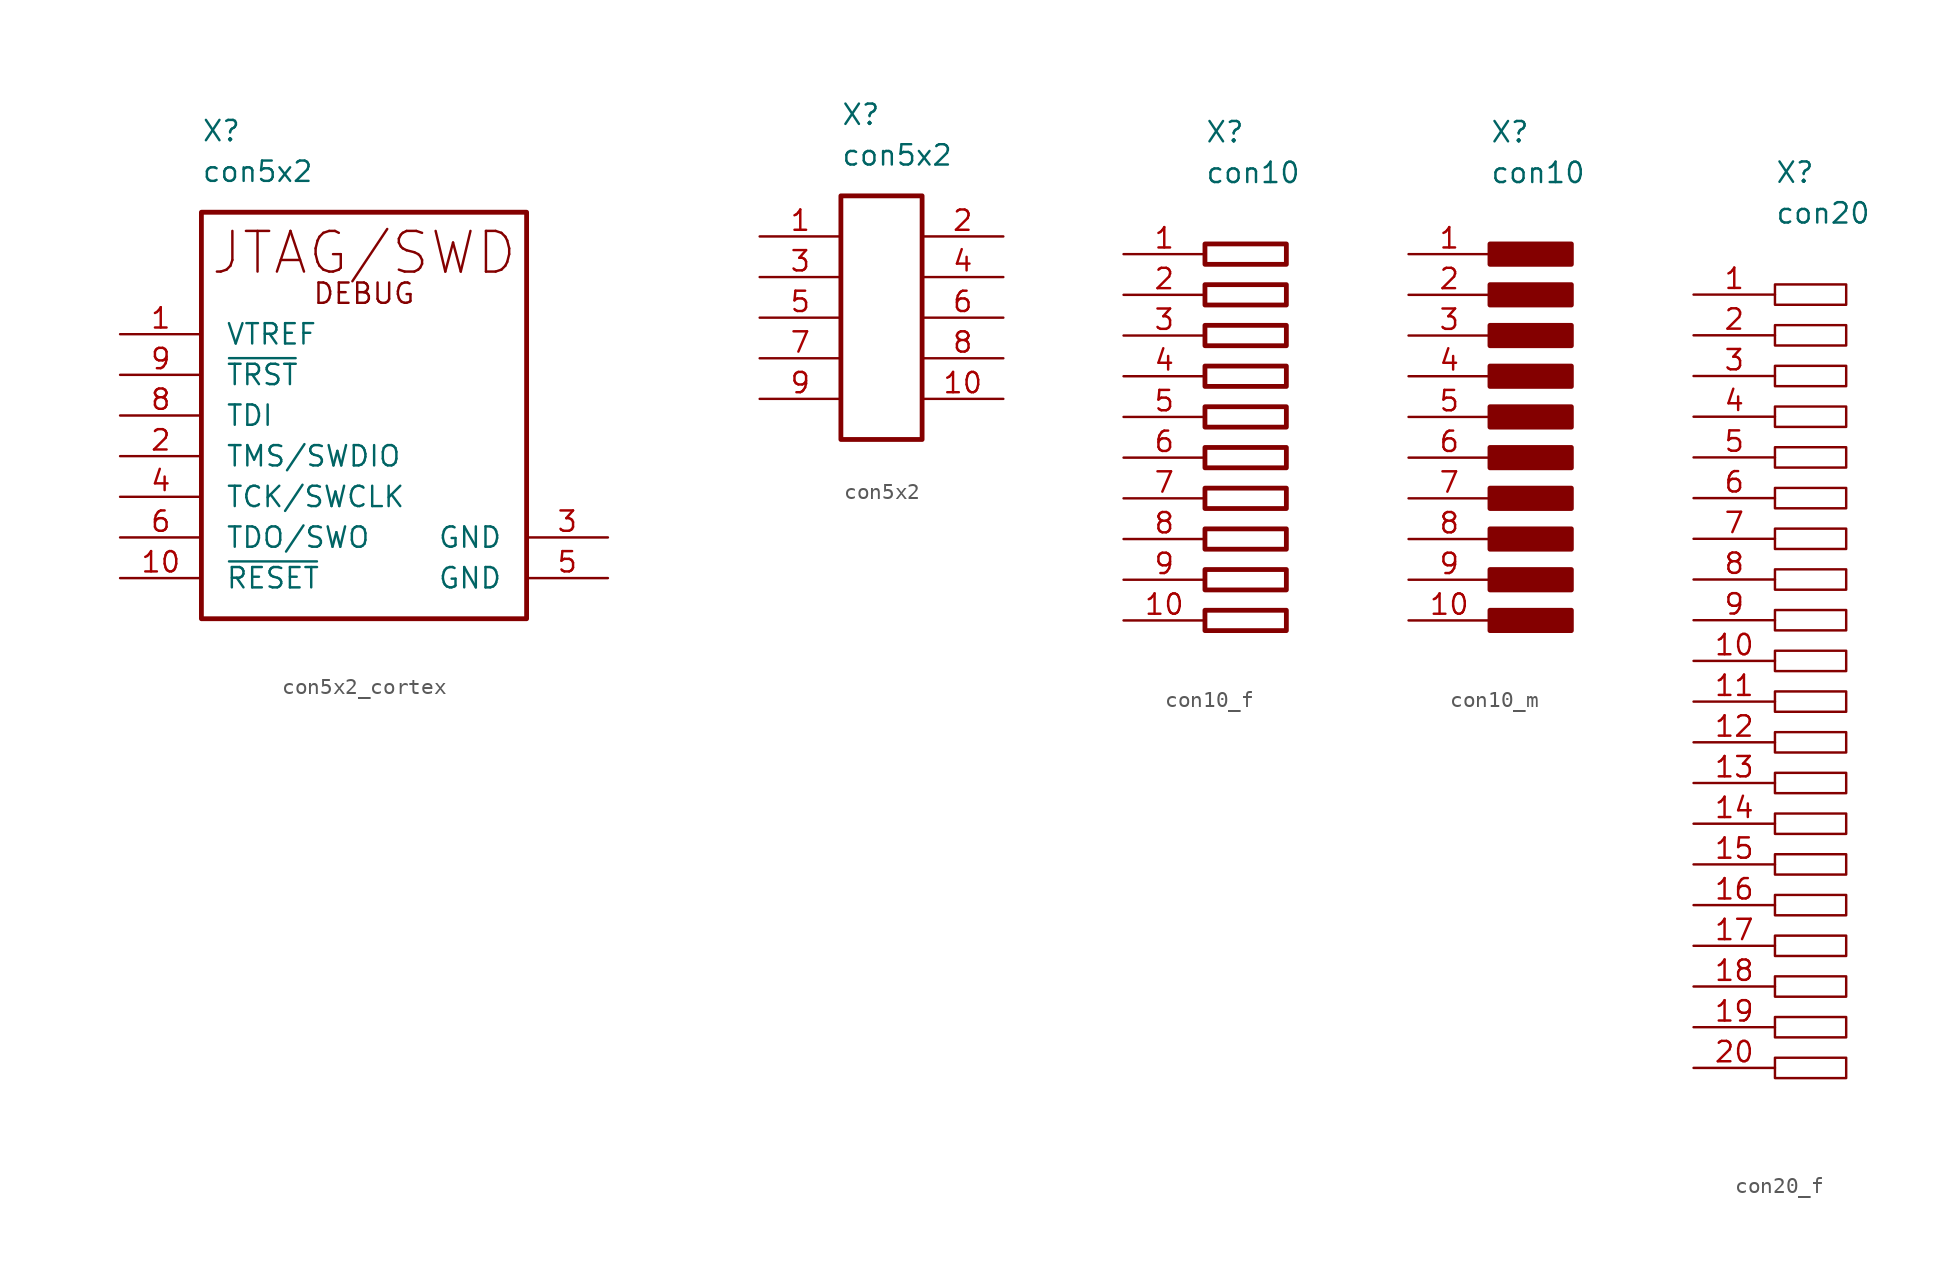
<source format=kicad_sym>
(kicad_symbol_lib
  (version 20241209)
  (generator "kicad_symbol_editor")
  (generator_version "9.0")
  (symbol "con5x2_cortex"
    (pin_names
      (offset 1.5))
    (property "Reference" "X"
      (at 5.08 10.16 0)
      (effects (font (size 1.27 1.27)) (justify left)))
    (property "Value" "con5x2"
      (at 5.08 7.62 0)
      (effects (font (size 1.27 1.27)) (justify left)))
    (symbol "con5x2_cortex_0_1"
      (rectangle (start 5.08 5.08) (end 25.4 -20.32) (stroke (width 0.3) (type default)) (fill (type none))))
    (symbol "con5x2_cortex_1_0"
      (pin passive line (at 0 -5.08 0) (length 5.08) (name "~{TRST}" (effects (font (size 1.27 1.27)))) (number "9" (effects (font (size 1.27 1.27)))))
      (pin passive line (at 0 -7.62 0) (length 5.08) (name "TDI" (effects (font (size 1.27 1.27)))) (number "8" (effects (font (size 1.27 1.27)))))
      (pin passive line (at 0 -10.16 0) (length 5.08) (name "TMS/SWDIO" (effects (font (size 1.27 1.27)))) (number "2" (effects (font (size 1.27 1.27)))))
      (pin passive line (at 0 -12.7 0) (length 5.08) (name "TCK/SWCLK" (effects (font (size 1.27 1.27)))) (number "4" (effects (font (size 1.27 1.27)))))
      (pin passive line (at 0 -15.24 0) (length 5.08) (name "TDO/SWO" (effects (font (size 1.27 1.27)))) (number "6" (effects (font (size 1.27 1.27)))))
      (pin passive line (at 0 -17.78 0) (length 5.08) (name "~{RESET}" (effects (font (size 1.27 1.27)))) (number "10" (effects (font (size 1.27 1.27)))))
      (pin passive line (at 30.48 -15.24 180) (length 5.08) (name "GND" (effects (font (size 1.27 1.27)))) (number "3" (effects (font (size 1.27 1.27)))))
      (pin passive line (at 30.48 -17.78 180) (length 5.08) (name "GND" (effects (font (size 1.27 1.27)))) (number "5" (effects (font (size 1.27 1.27))))))
    (symbol "con5x2_cortex_1_1"
      (text "JTAG/SWD" (at 15.24 2.54 0) (effects (font (size 2.54 2.54))))
      (text "DEBUG" (at 15.24 0 0) (effects (font (size 1.27 1.27))))
      (pin passive line (at 0 -2.54 0) (length 5.08) (name "VTREF" (effects (font (size 1.27 1.27)))) (number "1" (effects (font (size 1.27 1.27)))))))
  (symbol "con5x2"
    (pin_names
      (hide yes))
    (property "Reference" "X"
      (at 5.08 5.08 0)
      (effects (font (size 1.27 1.27)) (justify left)))
    (property "Value" "con5x2"
      (at 5.08 2.54 0)
      (effects (font (size 1.27 1.27)) (justify left)))
    (symbol "con5x2_0_1"
      (rectangle (start 5.08 0) (end 10.16 -15.24) (stroke (width 0.3) (type default)) (fill (type none))))
    (symbol "con5x2_1_0"
      (pin passive line (at 0 -5.08 0) (length 5.08) (name "3" (effects (font (size 1.27 1.27)))) (number "3" (effects (font (size 1.27 1.27)))))
      (pin passive line (at 0 -7.62 0) (length 5.08) (name "5" (effects (font (size 1.27 1.27)))) (number "5" (effects (font (size 1.27 1.27)))))
      (pin passive line (at 0 -10.16 0) (length 5.08) (name "7" (effects (font (size 1.27 1.27)))) (number "7" (effects (font (size 1.27 1.27)))))
      (pin passive line (at 0 -12.7 0) (length 5.08) (name "9" (effects (font (size 1.27 1.27)))) (number "9" (effects (font (size 1.27 1.27)))))
      (pin passive line (at 15.24 -2.54 180) (length 5.08) (name "2" (effects (font (size 1.27 1.27)))) (number "2" (effects (font (size 1.27 1.27)))))
      (pin passive line (at 15.24 -5.08 180) (length 5.08) (name "4" (effects (font (size 1.27 1.27)))) (number "4" (effects (font (size 1.27 1.27)))))
      (pin passive line (at 15.24 -7.62 180) (length 5.08) (name "6" (effects (font (size 1.27 1.27)))) (number "6" (effects (font (size 1.27 1.27)))))
      (pin passive line (at 15.24 -10.16 180) (length 5.08) (name "8" (effects (font (size 1.27 1.27)))) (number "8" (effects (font (size 1.27 1.27)))))
      (pin passive line (at 15.24 -12.7 180) (length 5.08) (name "10" (effects (font (size 1.27 1.27)))) (number "10" (effects (font (size 1.27 1.27))))))
    (symbol "con5x2_1_1"
      (pin passive line (at 0 -2.54 0) (length 5.08) (name "1" (effects (font (size 1.27 1.27)))) (number "1" (effects (font (size 1.27 1.27)))))))
  (symbol "con10_f"
    (property "Reference" "X"
      (at 5.08 5.08 0)
      (effects (font (size 1.27 1.27)) (justify left)))
    (property "Value" "con10"
      (at 5.08 2.54 0)
      (effects (font (size 1.27 1.27)) (justify left)))
    (symbol "con10_f_0_1"
      (rectangle (start 5.08 -1.905) (end 10.16 -3.175) (stroke (width 0.3) (type default)) (fill (type none)))
      (rectangle (start 5.08 -4.445) (end 10.16 -5.715) (stroke (width 0.3) (type default)) (fill (type none)))
      (rectangle (start 5.08 -6.985) (end 10.16 -8.255) (stroke (width 0.3) (type default)) (fill (type none)))
      (rectangle (start 5.08 -9.525) (end 10.16 -10.795) (stroke (width 0.3) (type default)) (fill (type none)))
      (rectangle (start 5.08 -12.065) (end 10.16 -13.335) (stroke (width 0.3) (type default)) (fill (type none)))
      (rectangle (start 5.08 -14.605) (end 10.16 -15.875) (stroke (width 0.3) (type default)) (fill (type none)))
      (rectangle (start 5.08 -17.145) (end 10.16 -18.415) (stroke (width 0.3) (type default)) (fill (type none)))
      (rectangle (start 5.08 -19.685) (end 10.16 -20.955) (stroke (width 0.3) (type default)) (fill (type none)))
      (rectangle (start 5.08 -22.225) (end 10.16 -23.495) (stroke (width 0.3) (type default)) (fill (type none)))
      (rectangle (start 5.08 -24.765) (end 10.16 -26.035) (stroke (width 0.3) (type default)) (fill (type none))))
    (symbol "con10_f_1_1"
      (pin passive line (at 0 -2.54 0) (length 5.08) (name "" (effects (font (size 1.27 1.27)))) (number "1" (effects (font (size 1.27 1.27)))))
      (pin passive line (at 0 -5.08 0) (length 5.08) (name "" (effects (font (size 1.27 1.27)))) (number "2" (effects (font (size 1.27 1.27)))))
      (pin passive line (at 0 -7.62 0) (length 5.08) (name "" (effects (font (size 1.27 1.27)))) (number "3" (effects (font (size 1.27 1.27)))))
      (pin passive line (at 0 -10.16 0) (length 5.08) (name "" (effects (font (size 1.27 1.27)))) (number "4" (effects (font (size 1.27 1.27)))))
      (pin passive line (at 0 -12.7 0) (length 5.08) (name "" (effects (font (size 1.27 1.27)))) (number "5" (effects (font (size 1.27 1.27)))))
      (pin passive line (at 0 -15.24 0) (length 5.08) (name "" (effects (font (size 1.27 1.27)))) (number "6" (effects (font (size 1.27 1.27)))))
      (pin passive line (at 0 -17.78 0) (length 5.08) (name "" (effects (font (size 1.27 1.27)))) (number "7" (effects (font (size 1.27 1.27)))))
      (pin passive line (at 0 -20.32 0) (length 5.08) (name "" (effects (font (size 1.27 1.27)))) (number "8" (effects (font (size 1.27 1.27)))))
      (pin passive line (at 0 -22.86 0) (length 5.08) (name "" (effects (font (size 1.27 1.27)))) (number "9" (effects (font (size 1.27 1.27)))))
      (pin passive line (at 0 -25.4 0) (length 5.08) (name "" (effects (font (size 1.27 1.27)))) (number "10" (effects (font (size 1.27 1.27)))))))
  (symbol "con10_m"
    (property "Reference" "X"
      (at 5.08 5.08 0)
      (effects (font (size 1.27 1.27)) (justify left)))
    (property "Value" "con10"
      (at 5.08 2.54 0)
      (effects (font (size 1.27 1.27)) (justify left)))
    (symbol "con10_m_0_1"
      (rectangle (start 5.08 -1.905) (end 10.16 -3.175) (stroke (width 0.3) (type default)) (fill (type outline)))
      (rectangle (start 5.08 -4.445) (end 10.16 -5.715) (stroke (width 0.3) (type default)) (fill (type outline)))
      (rectangle (start 5.08 -6.985) (end 10.16 -8.255) (stroke (width 0.3) (type default)) (fill (type outline)))
      (rectangle (start 5.08 -9.525) (end 10.16 -10.795) (stroke (width 0.3) (type default)) (fill (type outline)))
      (rectangle (start 5.08 -12.065) (end 10.16 -13.335) (stroke (width 0.3) (type default)) (fill (type outline)))
      (rectangle (start 5.08 -14.605) (end 10.16 -15.875) (stroke (width 0.3) (type default)) (fill (type outline)))
      (rectangle (start 5.08 -17.145) (end 10.16 -18.415) (stroke (width 0.3) (type default)) (fill (type outline)))
      (rectangle (start 5.08 -19.685) (end 10.16 -20.955) (stroke (width 0.3) (type default)) (fill (type outline)))
      (rectangle (start 5.08 -22.225) (end 10.16 -23.495) (stroke (width 0.3) (type default)) (fill (type outline)))
      (rectangle (start 5.08 -24.765) (end 10.16 -26.035) (stroke (width 0.3) (type default)) (fill (type outline))))
    (symbol "con10_m_1_1"
      (pin passive line (at 0 -2.54 0) (length 5.08) (name "" (effects (font (size 1.27 1.27)))) (number "1" (effects (font (size 1.27 1.27)))))
      (pin passive line (at 0 -5.08 0) (length 5.08) (name "" (effects (font (size 1.27 1.27)))) (number "2" (effects (font (size 1.27 1.27)))))
      (pin passive line (at 0 -7.62 0) (length 5.08) (name "" (effects (font (size 1.27 1.27)))) (number "3" (effects (font (size 1.27 1.27)))))
      (pin passive line (at 0 -10.16 0) (length 5.08) (name "" (effects (font (size 1.27 1.27)))) (number "4" (effects (font (size 1.27 1.27)))))
      (pin passive line (at 0 -12.7 0) (length 5.08) (name "" (effects (font (size 1.27 1.27)))) (number "5" (effects (font (size 1.27 1.27)))))
      (pin passive line (at 0 -15.24 0) (length 5.08) (name "" (effects (font (size 1.27 1.27)))) (number "6" (effects (font (size 1.27 1.27)))))
      (pin passive line (at 0 -17.78 0) (length 5.08) (name "" (effects (font (size 1.27 1.27)))) (number "7" (effects (font (size 1.27 1.27)))))
      (pin passive line (at 0 -20.32 0) (length 5.08) (name "" (effects (font (size 1.27 1.27)))) (number "8" (effects (font (size 1.27 1.27)))))
      (pin passive line (at 0 -22.86 0) (length 5.08) (name "" (effects (font (size 1.27 1.27)))) (number "9" (effects (font (size 1.27 1.27)))))
      (pin passive line (at 0 -25.4 0) (length 5.08) (name "" (effects (font (size 1.27 1.27)))) (number "10" (effects (font (size 1.27 1.27)))))))
  (symbol "con20_f"
    (property "Reference" "X"
      (at 5.08 5.08 0)
      (effects (font (size 1.27 1.27)) (justify left)))
    (property "Value" "con20"
      (at 5.08 2.54 0)
      (effects (font (size 1.27 1.27)) (justify left)))
    (symbol "con20_f_0_1"
      (rectangle (start 5.08 -1.905) (end 9.525 -3.175) (stroke (width 0) (type default)) (fill (type none)))
      (rectangle (start 5.08 -4.445) (end 9.525 -5.715) (stroke (width 0) (type default)) (fill (type none)))
      (rectangle (start 5.08 -6.985) (end 9.525 -8.255) (stroke (width 0) (type default)) (fill (type none)))
      (rectangle (start 5.08 -9.525) (end 9.525 -10.795) (stroke (width 0) (type default)) (fill (type none)))
      (rectangle (start 5.08 -12.065) (end 9.525 -13.335) (stroke (width 0) (type default)) (fill (type none)))
      (rectangle (start 5.08 -14.605) (end 9.525 -15.875) (stroke (width 0) (type default)) (fill (type none)))
      (rectangle (start 5.08 -17.145) (end 9.525 -18.415) (stroke (width 0) (type default)) (fill (type none)))
      (rectangle (start 5.08 -19.685) (end 9.525 -20.955) (stroke (width 0) (type default)) (fill (type none)))
      (rectangle (start 5.08 -22.225) (end 9.525 -23.495) (stroke (width 0) (type default)) (fill (type none)))
      (rectangle (start 5.08 -24.765) (end 9.525 -26.035) (stroke (width 0) (type default)) (fill (type none)))
      (rectangle (start 5.08 -27.305) (end 9.525 -28.575) (stroke (width 0) (type default)) (fill (type none)))
      (rectangle (start 5.08 -29.845) (end 9.525 -31.115) (stroke (width 0) (type default)) (fill (type none)))
      (rectangle (start 5.08 -32.385) (end 9.525 -33.655) (stroke (width 0) (type default)) (fill (type none)))
      (rectangle (start 5.08 -34.925) (end 9.525 -36.195) (stroke (width 0) (type default)) (fill (type none)))
      (rectangle (start 5.08 -37.465) (end 9.525 -38.735) (stroke (width 0) (type default)) (fill (type none)))
      (rectangle (start 5.08 -40.005) (end 9.525 -41.275) (stroke (width 0) (type default)) (fill (type none)))
      (rectangle (start 5.08 -42.545) (end 9.525 -43.815) (stroke (width 0) (type default)) (fill (type none)))
      (rectangle (start 5.08 -45.085) (end 9.525 -46.355) (stroke (width 0) (type default)) (fill (type none)))
      (rectangle (start 5.08 -47.625) (end 9.525 -48.895) (stroke (width 0) (type default)) (fill (type none)))
      (rectangle (start 5.08 -50.165) (end 9.525 -51.435) (stroke (width 0) (type default)) (fill (type none))))
    (symbol "con20_f_1_1"
      (pin passive line (at 0 -2.54 0) (length 5.08) (name "" (effects (font (size 1.27 1.27)))) (number "1" (effects (font (size 1.27 1.27)))))
      (pin passive line (at 0 -5.08 0) (length 5.08) (name "" (effects (font (size 1.27 1.27)))) (number "2" (effects (font (size 1.27 1.27)))))
      (pin passive line (at 0 -7.62 0) (length 5.08) (name "" (effects (font (size 1.27 1.27)))) (number "3" (effects (font (size 1.27 1.27)))))
      (pin passive line (at 0 -10.16 0) (length 5.08) (name "" (effects (font (size 1.27 1.27)))) (number "4" (effects (font (size 1.27 1.27)))))
      (pin passive line (at 0 -12.7 0) (length 5.08) (name "" (effects (font (size 1.27 1.27)))) (number "5" (effects (font (size 1.27 1.27)))))
      (pin passive line (at 0 -15.24 0) (length 5.08) (name "" (effects (font (size 1.27 1.27)))) (number "6" (effects (font (size 1.27 1.27)))))
      (pin passive line (at 0 -17.78 0) (length 5.08) (name "" (effects (font (size 1.27 1.27)))) (number "7" (effects (font (size 1.27 1.27)))))
      (pin passive line (at 0 -20.32 0) (length 5.08) (name "" (effects (font (size 1.27 1.27)))) (number "8" (effects (font (size 1.27 1.27)))))
      (pin passive line (at 0 -22.86 0) (length 5.08) (name "" (effects (font (size 1.27 1.27)))) (number "9" (effects (font (size 1.27 1.27)))))
      (pin passive line (at 0 -25.4 0) (length 5.08) (name "" (effects (font (size 1.27 1.27)))) (number "10" (effects (font (size 1.27 1.27)))))
      (pin passive line (at 0 -27.94 0) (length 5.08) (name "" (effects (font (size 1.27 1.27)))) (number "11" (effects (font (size 1.27 1.27)))))
      (pin passive line (at 0 -30.48 0) (length 5.08) (name "" (effects (font (size 1.27 1.27)))) (number "12" (effects (font (size 1.27 1.27)))))
      (pin passive line (at 0 -33.02 0) (length 5.08) (name "" (effects (font (size 1.27 1.27)))) (number "13" (effects (font (size 1.27 1.27)))))
      (pin passive line (at 0 -35.56 0) (length 5.08) (name "" (effects (font (size 1.27 1.27)))) (number "14" (effects (font (size 1.27 1.27)))))
      (pin passive line (at 0 -38.1 0) (length 5.08) (name "" (effects (font (size 1.27 1.27)))) (number "15" (effects (font (size 1.27 1.27)))))
      (pin passive line (at 0 -40.64 0) (length 5.08) (name "" (effects (font (size 1.27 1.27)))) (number "16" (effects (font (size 1.27 1.27)))))
      (pin passive line (at 0 -43.18 0) (length 5.08) (name "" (effects (font (size 1.27 1.27)))) (number "17" (effects (font (size 1.27 1.27)))))
      (pin passive line (at 0 -45.72 0) (length 5.08) (name "" (effects (font (size 1.27 1.27)))) (number "18" (effects (font (size 1.27 1.27)))))
      (pin passive line (at 0 -48.26 0) (length 5.08) (name "" (effects (font (size 1.27 1.27)))) (number "19" (effects (font (size 1.27 1.27)))))
      (pin passive line (at 0 -50.8 0) (length 5.08) (name "" (effects (font (size 1.27 1.27)))) (number "20" (effects (font (size 1.27 1.27))))))))
</source>
